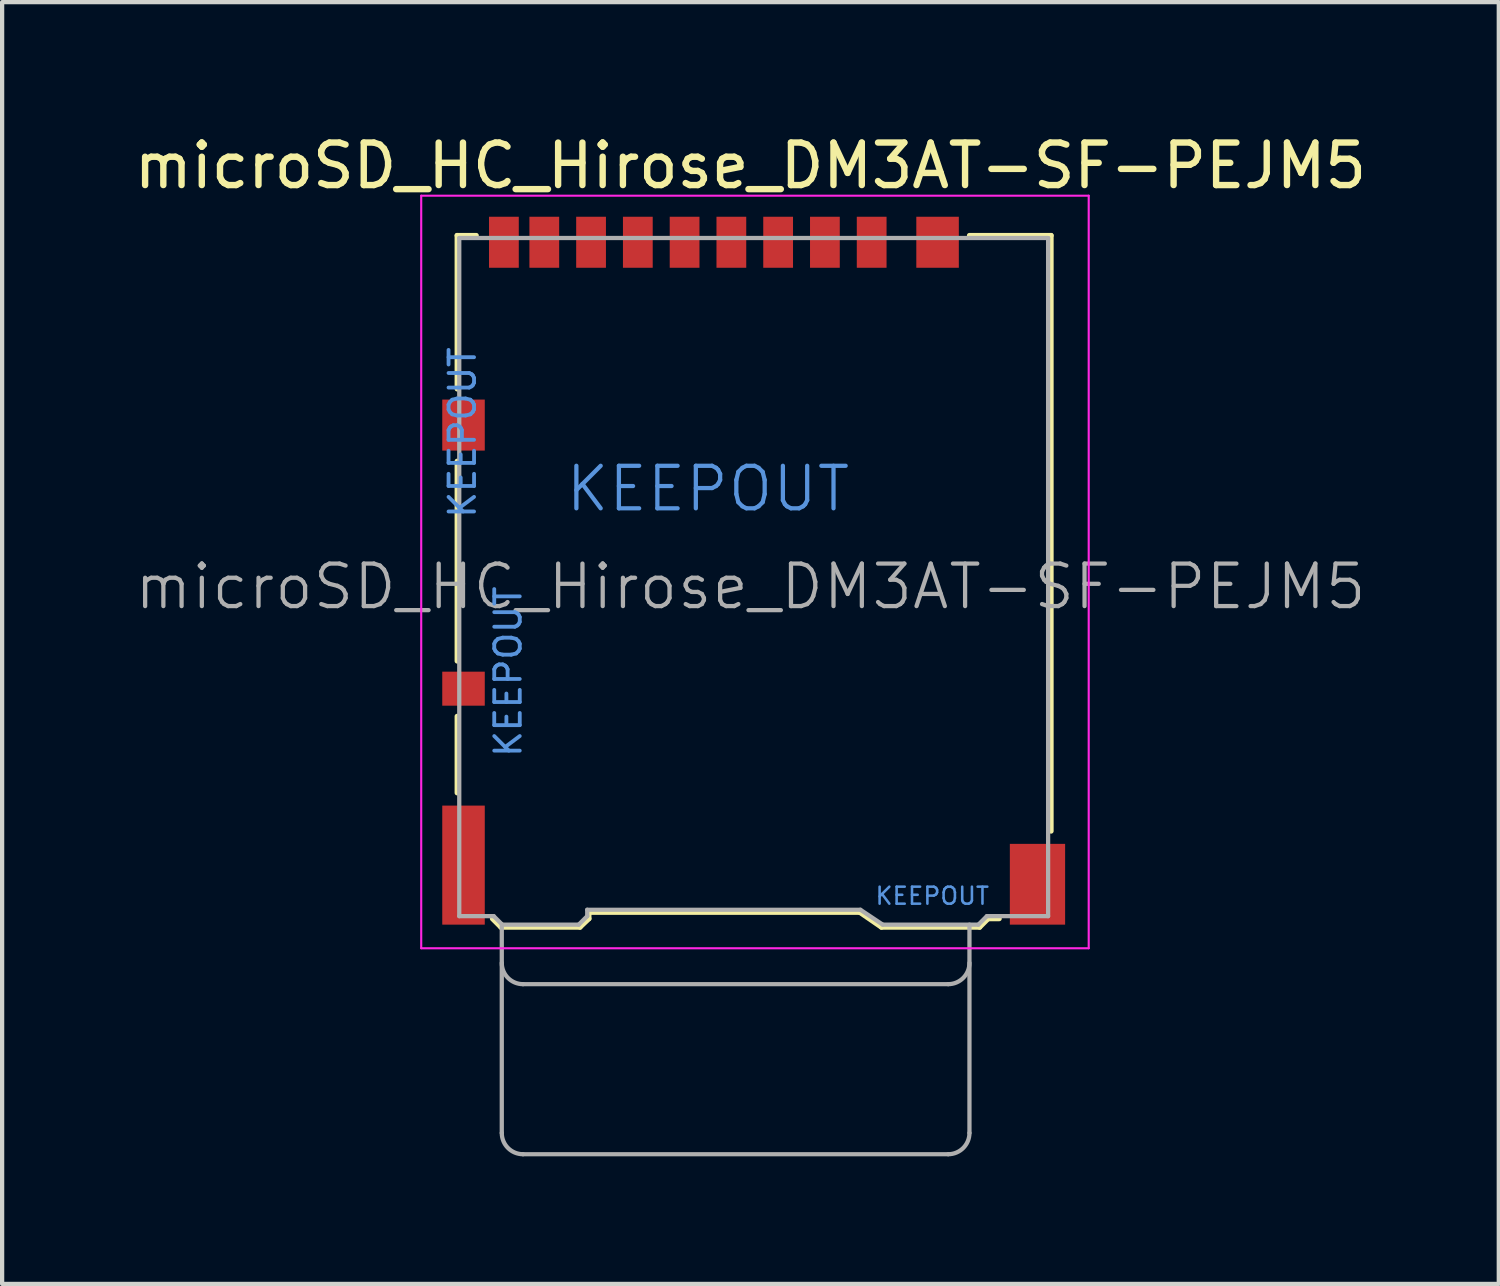
<source format=kicad_pcb>
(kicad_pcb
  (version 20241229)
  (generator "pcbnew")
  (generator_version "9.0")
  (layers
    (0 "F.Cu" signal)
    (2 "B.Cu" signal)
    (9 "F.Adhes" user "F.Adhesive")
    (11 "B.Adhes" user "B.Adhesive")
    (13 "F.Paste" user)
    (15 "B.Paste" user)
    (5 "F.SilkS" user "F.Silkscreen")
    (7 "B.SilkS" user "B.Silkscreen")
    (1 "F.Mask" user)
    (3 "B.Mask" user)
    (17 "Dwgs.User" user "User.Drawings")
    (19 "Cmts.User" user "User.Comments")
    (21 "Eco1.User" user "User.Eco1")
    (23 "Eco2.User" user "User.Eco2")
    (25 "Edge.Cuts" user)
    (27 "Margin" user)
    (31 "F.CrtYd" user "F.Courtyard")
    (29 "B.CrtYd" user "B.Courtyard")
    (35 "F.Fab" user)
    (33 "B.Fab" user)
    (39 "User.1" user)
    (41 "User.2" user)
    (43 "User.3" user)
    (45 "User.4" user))
  (footprint "microSD_HC_Hirose_DM3AT-SF-PEJM5"
    (layer "F.Cu")
    (at 14.677 10.373)
    (property "Reference" "microSD_HC_Hirose_DM3AT-SF-PEJM5" (at -0.076 -9.525 0) (layer "F.SilkS") (effects (font (size 1 1) (thickness 0.15))))
    (attr smd)
    (fp_line (start -6.975 -7.885) (end -6.975 -4.275) (stroke (width 0.12) (type solid)) (layer "F.SilkS"))
    (fp_line (start -6.975 -2.575) (end -6.975 2.125) (stroke (width 0.12) (type solid)) (layer "F.SilkS"))
    (fp_line (start -6.975 3.425) (end -6.975 5.225) (stroke (width 0.12) (type solid)) (layer "F.SilkS"))
    (fp_line (start -6.525 -7.885) (end -6.975 -7.885) (stroke (width 0.12) (type solid)) (layer "F.SilkS"))
    (fp_line (start -5.945 8.385) (end -6.145 8.185) (stroke (width 0.12) (type solid)) (layer "F.SilkS"))
    (fp_line (start -5.945 8.385) (end -4.085 8.385) (stroke (width 0.12) (type solid)) (layer "F.SilkS"))
    (fp_line (start -4.085 8.385) (end -3.875 8.185) (stroke (width 0.12) (type solid)) (layer "F.SilkS"))
    (fp_line (start -3.875 8.035) (end -3.875 8.185) (stroke (width 0.12) (type solid)) (layer "F.SilkS"))
    (fp_line (start -3.875 8.035) (end 2.495 8.035) (stroke (width 0.12) (type solid)) (layer "F.SilkS"))
    (fp_line (start 3.005 8.385) (end 2.495 8.035) (stroke (width 0.12) (type solid)) (layer "F.SilkS"))
    (fp_line (start 5.075 -7.885) (end 6.995 -7.885) (stroke (width 0.12) (type solid)) (layer "F.SilkS"))
    (fp_line (start 5.315 8.385) (end 3.005 8.385) (stroke (width 0.12) (type solid)) (layer "F.SilkS"))
    (fp_line (start 5.315 8.385) (end 5.515 8.185) (stroke (width 0.12) (type solid)) (layer "F.SilkS"))
    (fp_line (start 5.515 8.185) (end 5.775 8.185) (stroke (width 0.12) (type solid)) (layer "F.SilkS"))
    (fp_line (start 6.995 -7.885) (end 6.995 6.125) (stroke (width 0.12) (type solid)) (layer "F.SilkS"))
    (fp_line (start -7.82 -8.82) (end 7.88 -8.82) (stroke (width 0.05) (type solid)) (layer "F.CrtYd"))
    (fp_line (start -7.82 8.88) (end -7.82 -8.82) (stroke (width 0.05) (type solid)) (layer "F.CrtYd"))
    (fp_line (start 7.88 -8.82) (end 7.88 8.88) (stroke (width 0.05) (type solid)) (layer "F.CrtYd"))
    (fp_line (start 7.88 8.88) (end -7.82 8.88) (stroke (width 0.05) (type solid)) (layer "F.CrtYd"))
    (fp_line (start -6.925 8.125) (end -6.925 -7.825) (stroke (width 0.1) (type solid)) (layer "F.Fab"))
    (fp_line (start -6.115 8.125) (end -6.925 8.125) (stroke (width 0.1) (type solid)) (layer "F.Fab"))
    (fp_line (start -5.925 8.325) (end -5.925 13.225) (stroke (width 0.1) (type solid)) (layer "F.Fab"))
    (fp_line (start -5.915 8.325) (end -6.115 8.125) (stroke (width 0.1) (type solid)) (layer "F.Fab"))
    (fp_line (start -5.425 9.725) (end 4.575 9.725) (stroke (width 0.1) (type solid)) (layer "F.Fab"))
    (fp_line (start -5.425 13.725) (end 4.575 13.725) (stroke (width 0.1) (type solid)) (layer "F.Fab"))
    (fp_line (start -4.115 8.325) (end -5.915 8.325) (stroke (width 0.1) (type solid)) (layer "F.Fab"))
    (fp_line (start -3.915 8.125) (end -4.115 8.325) (stroke (width 0.1) (type solid)) (layer "F.Fab"))
    (fp_line (start -3.915 8.125) (end -3.915 7.975) (stroke (width 0.1) (type solid)) (layer "F.Fab"))
    (fp_line (start 2.51 7.975) (end -3.915 7.975) (stroke (width 0.1) (type solid)) (layer "F.Fab"))
    (fp_line (start 3.035 8.325) (end 2.51 7.975) (stroke (width 0.1) (type solid)) (layer "F.Fab"))
    (fp_line (start 5.075 13.225) (end 5.075 8.325) (stroke (width 0.1) (type solid)) (layer "F.Fab"))
    (fp_line (start 5.285 8.325) (end 3.035 8.325) (stroke (width 0.1) (type solid)) (layer "F.Fab"))
    (fp_line (start 5.285 8.325) (end 5.485 8.125) (stroke (width 0.1) (type solid)) (layer "F.Fab"))
    (fp_line (start 5.485 8.125) (end 6.925 8.125) (stroke (width 0.1) (type solid)) (layer "F.Fab"))
    (fp_line (start 6.925 -7.825) (end -6.925 -7.825) (stroke (width 0.1) (type solid)) (layer "F.Fab"))
    (fp_line (start 6.925 8.125) (end 6.925 -7.825) (stroke (width 0.1) (type solid)) (layer "F.Fab"))
    (fp_arc (start -5.425 9.725) (mid -5.778553 9.578553) (end -5.925 9.225) (stroke (width 0.1) (type solid)) (layer "F.Fab"))
    (fp_arc (start -5.425 13.725) (mid -5.778553 13.578553) (end -5.925 13.225) (stroke (width 0.1) (type solid)) (layer "F.Fab"))
    (fp_arc (start 5.075 9.225) (mid 4.928553 9.578553) (end 4.575 9.725) (stroke (width 0.1) (type solid)) (layer "F.Fab"))
    (fp_arc (start 5.075 13.225) (mid 4.928553 13.578553) (end 4.575 13.725) (stroke (width 0.1) (type solid)) (layer "F.Fab"))
    (fp_text user "KEEPOUT" (at -5.775 2.375 270) (layer "Cmts.User") (effects (font (size 0.6 0.6) (thickness 0.09))))
    (fp_text user "KEEPOUT" (at 4.2 7.65 0) (layer "Cmts.User") (effects (font (size 0.4 0.4) (thickness 0.06))))
    (fp_text user "KEEPOUT" (at -6.85 -3.25 270) (layer "Cmts.User") (effects (font (size 0.6 0.6) (thickness 0.09))))
    (fp_text user "KEEPOUT" (at -1.075 -1.925 0) (layer "Cmts.User") (effects (font (size 1 1) (thickness 0.1))))
    (fp_text user "${REFERENCE}" (at -0.075 0.375 0) (layer "F.Fab") (effects (font (size 1 1) (thickness 0.1))))
    (pad "1" smd rect (at 2.775 -7.725) (size 0.7 1.2) (layers "F.Cu" "F.Mask" "F.Paste"))
    (pad "2" smd rect (at 1.675 -7.725) (size 0.7 1.2) (layers "F.Cu" "F.Mask" "F.Paste"))
    (pad "3" smd rect (at 0.575 -7.725) (size 0.7 1.2) (layers "F.Cu" "F.Mask" "F.Paste"))
    (pad "4" smd rect (at -0.525 -7.725) (size 0.7 1.2) (layers "F.Cu" "F.Mask" "F.Paste"))
    (pad "5" smd rect (at -1.625 -7.725) (size 0.7 1.2) (layers "F.Cu" "F.Mask" "F.Paste"))
    (pad "6" smd rect (at -2.725 -7.725) (size 0.7 1.2) (layers "F.Cu" "F.Mask" "F.Paste"))
    (pad "7" smd rect (at -3.825 -7.725) (size 0.7 1.2) (layers "F.Cu" "F.Mask" "F.Paste"))
    (pad "8" smd rect (at -4.925 -7.725) (size 0.7 1.2) (layers "F.Cu" "F.Mask" "F.Paste"))
    (pad "9" smd rect (at -5.875 -7.725) (size 0.7 1.2) (layers "F.Cu" "F.Mask" "F.Paste"))
    (pad "10" smd rect (at -6.825 2.775) (size 1 0.8) (layers "F.Cu" "F.Mask" "F.Paste"))
    (pad "11" smd rect (at -6.825 -3.425) (size 1 1.2) (layers "F.Cu" "F.Mask" "F.Paste"))
    (pad "11" smd rect (at -6.825 6.925) (size 1 2.8) (layers "F.Cu" "F.Mask" "F.Paste"))
    (pad "11" smd rect (at 4.325 -7.725) (size 1 1.2) (layers "F.Cu" "F.Mask" "F.Paste"))
    (pad "11" smd rect (at 6.675 7.375) (size 1.3 1.9) (layers "F.Cu" "F.Mask" "F.Paste"))
    (zone (net_name "") (layer "F.Cu") (hatch full 0.508) (connect_pads) (min_thickness 0.254) (filled_areas_thickness no) (keepout (tracks not_allowed) (vias not_allowed) (pads not_allowed) (copperpour not_allowed) (footprints not_allowed)) (placement (enabled no)) (fill) (polygon (pts (xy 8.202 6.348) (xy 7.452 6.348) (xy 7.452 3.098) (xy 8.202 3.098))))
    (zone (net_name "") (layer "F.Cu") (hatch full 0.508) (connect_pads) (min_thickness 0.254) (filled_areas_thickness no) (keepout (tracks not_allowed) (vias not_allowed) (pads not_allowed) (copperpour not_allowed) (footprints not_allowed)) (placement (enabled no)) (fill) (polygon (pts (xy 8.202 11.148) (xy 7.452 11.148) (xy 7.452 7.548) (xy 8.202 7.548))))
    (zone (net_name "") (layer "F.Cu") (hatch full 0.508) (connect_pads) (min_thickness 0.254) (filled_areas_thickness no) (keepout (tracks not_allowed) (vias not_allowed) (pads not_allowed) (copperpour not_allowed) (footprints not_allowed)) (placement (enabled no)) (fill) (polygon (pts (xy 8.552 8.948) (xy 9.252 8.948) (xy 9.252 16.548) (xy 8.552 16.548))))
    (zone (net_name "") (layer "F.Cu") (hatch full 0.508) (connect_pads) (min_thickness 0.254) (filled_areas_thickness no) (keepout (tracks not_allowed) (vias not_allowed) (pads not_allowed) (copperpour not_allowed) (footprints not_allowed)) (placement (enabled no)) (fill) (polygon (pts (xy 17.602 17.348) (xy 20.152 17.348) (xy 20.152 18.698) (xy 17.602 18.698))))
    (zone (net_name "") (layer "F.Cu") (hatch full 0.508) (connect_pads) (min_thickness 0.254) (filled_areas_thickness no) (keepout (tracks not_allowed) (vias not_allowed) (pads not_allowed) (copperpour not_allowed) (footprints not_allowed)) (placement (enabled no)) (fill) (polygon (pts (xy 17.952 9.248) (xy 9.252 9.248) (xy 9.252 7.648) (xy 17.952 7.648)))))
  (gr_rect
    (start -3 -3)
    (end 32.202 27.148)
    (stroke (width 0.1) (type default))
    (fill no)
    (layer "Edge.Cuts")))
</source>
